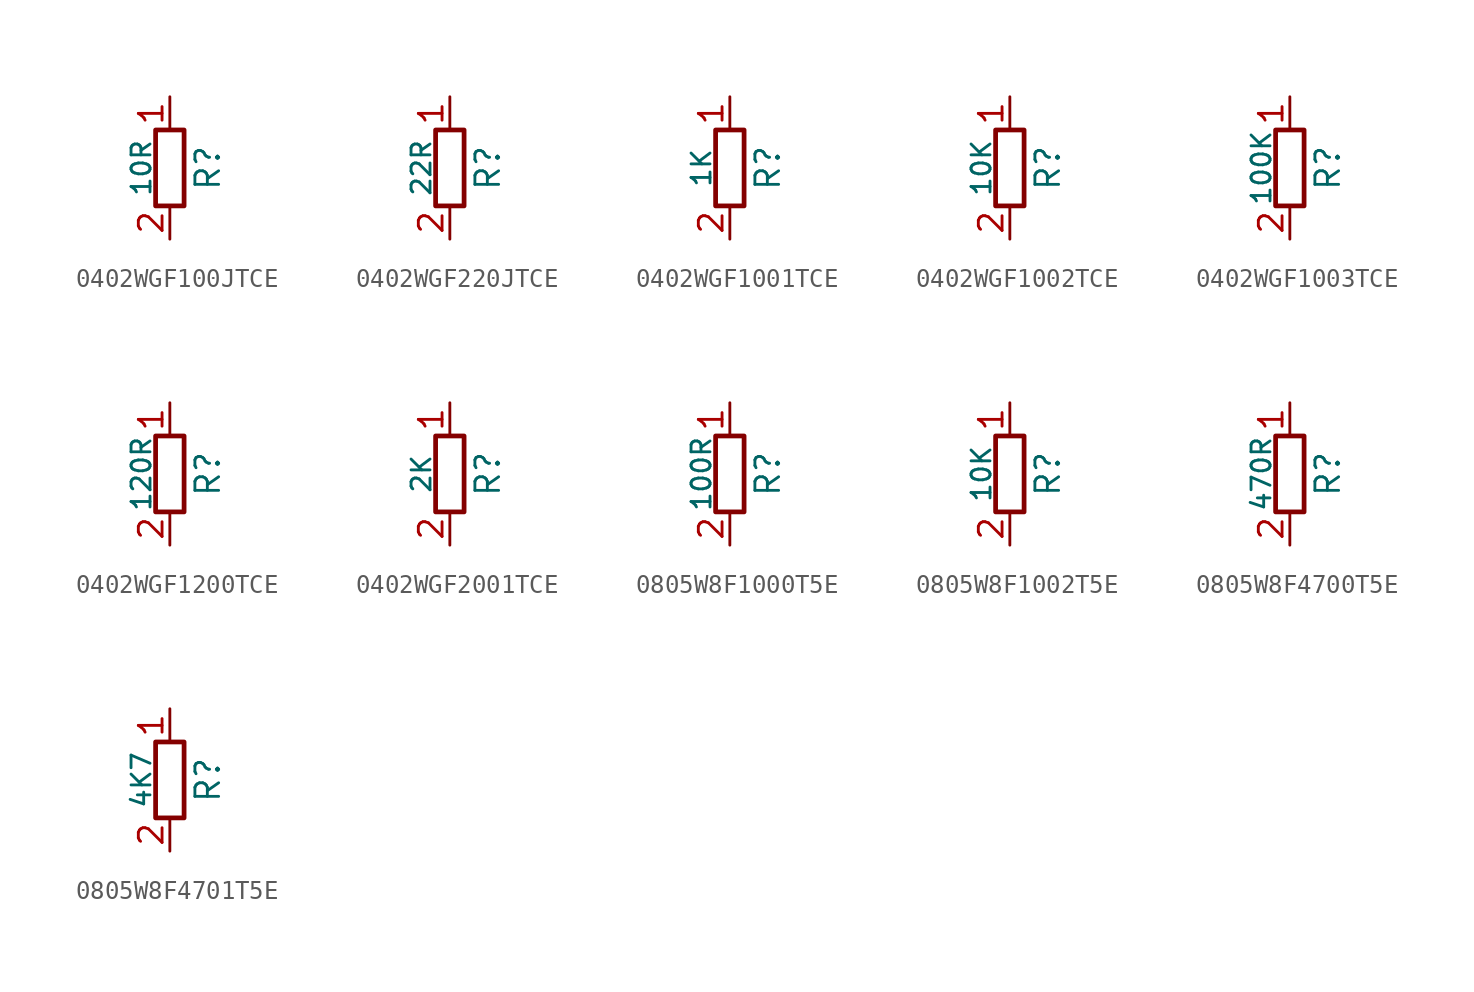
<source format=kicad_sym>
(kicad_symbol_lib
  (version 20211014)
  (generator None)
  (symbol "0402WGF100JTCE"
    (pin_names
      (offset 0))
    (property "Reference" "R"
      (at 2.032 0 90)
      (effects (font (size 1.27 1.27))))
    (property "Value" "10R"
      (at -1.524 0 90)
      (effects (font (size 1.016 1.016))))
    (symbol "0402WGF100JTCE_0_1"
      (rectangle (start -0.762 2.032) (end 0.762 -2.032) (stroke (width 0.254) (type default)) (fill (type none))))
    (symbol "0402WGF100JTCE_1_1"
      (pin passive line (at 0 3.81 270) (length 1.778) (name "~" (effects (font (size 1.27 1.27)))) (number "1" (effects (font (size 1.27 1.27)))))
      (pin passive line (at 0 -3.81 90) (length 1.778) (name "~" (effects (font (size 1.27 1.27)))) (number "2" (effects (font (size 1.27 1.27)))))))
  (symbol "0402WGF220JTCE"
    (pin_names
      (offset 0))
    (property "Reference" "R"
      (at 2.032 0 90)
      (effects (font (size 1.27 1.27))))
    (property "Value" "22R"
      (at -1.524 0 90)
      (effects (font (size 1.016 1.016))))
    (symbol "0402WGF220JTCE_0_1"
      (rectangle (start -0.762 2.032) (end 0.762 -2.032) (stroke (width 0.254) (type default)) (fill (type none))))
    (symbol "0402WGF220JTCE_1_1"
      (pin passive line (at 0 3.81 270) (length 1.778) (name "~" (effects (font (size 1.27 1.27)))) (number "1" (effects (font (size 1.27 1.27)))))
      (pin passive line (at 0 -3.81 90) (length 1.778) (name "~" (effects (font (size 1.27 1.27)))) (number "2" (effects (font (size 1.27 1.27)))))))
  (symbol "0402WGF1001TCE"
    (pin_names
      (offset 0))
    (property "Reference" "R"
      (at 2.032 0 90)
      (effects (font (size 1.27 1.27))))
    (property "Value" "1K"
      (at -1.524 0 90)
      (effects (font (size 1.016 1.016))))
    (symbol "0402WGF1001TCE_0_1"
      (rectangle (start -0.762 2.032) (end 0.762 -2.032) (stroke (width 0.254) (type default)) (fill (type none))))
    (symbol "0402WGF1001TCE_1_1"
      (pin passive line (at 0 3.81 270) (length 1.778) (name "~" (effects (font (size 1.27 1.27)))) (number "1" (effects (font (size 1.27 1.27)))))
      (pin passive line (at 0 -3.81 90) (length 1.778) (name "~" (effects (font (size 1.27 1.27)))) (number "2" (effects (font (size 1.27 1.27)))))))
  (symbol "0402WGF1002TCE"
    (pin_names
      (offset 0))
    (property "Reference" "R"
      (at 2.032 0 90)
      (effects (font (size 1.27 1.27))))
    (property "Value" "10K"
      (at -1.524 0 90)
      (effects (font (size 1.016 1.016))))
    (symbol "0402WGF1002TCE_0_1"
      (rectangle (start -0.762 2.032) (end 0.762 -2.032) (stroke (width 0.254) (type default)) (fill (type none))))
    (symbol "0402WGF1002TCE_1_1"
      (pin passive line (at 0 3.81 270) (length 1.778) (name "~" (effects (font (size 1.27 1.27)))) (number "1" (effects (font (size 1.27 1.27)))))
      (pin passive line (at 0 -3.81 90) (length 1.778) (name "~" (effects (font (size 1.27 1.27)))) (number "2" (effects (font (size 1.27 1.27)))))))
  (symbol "0402WGF1003TCE"
    (pin_names
      (offset 0))
    (property "Reference" "R"
      (at 2.032 0 90)
      (effects (font (size 1.27 1.27))))
    (property "Value" "100K"
      (at -1.524 0 90)
      (effects (font (size 1.016 1.016))))
    (symbol "0402WGF1003TCE_0_1"
      (rectangle (start -0.762 2.032) (end 0.762 -2.032) (stroke (width 0.254) (type default)) (fill (type none))))
    (symbol "0402WGF1003TCE_1_1"
      (pin passive line (at 0 3.81 270) (length 1.778) (name "~" (effects (font (size 1.27 1.27)))) (number "1" (effects (font (size 1.27 1.27)))))
      (pin passive line (at 0 -3.81 90) (length 1.778) (name "~" (effects (font (size 1.27 1.27)))) (number "2" (effects (font (size 1.27 1.27)))))))
  (symbol "0402WGF1200TCE"
    (pin_names
      (offset 0))
    (property "Reference" "R"
      (at 2.032 0 90)
      (effects (font (size 1.27 1.27))))
    (property "Value" "120R"
      (at -1.524 0 90)
      (effects (font (size 1.016 1.016))))
    (symbol "0402WGF1200TCE_0_1"
      (rectangle (start -0.762 2.032) (end 0.762 -2.032) (stroke (width 0.254) (type default)) (fill (type none))))
    (symbol "0402WGF1200TCE_1_1"
      (pin passive line (at 0 3.81 270) (length 1.778) (name "~" (effects (font (size 1.27 1.27)))) (number "1" (effects (font (size 1.27 1.27)))))
      (pin passive line (at 0 -3.81 90) (length 1.778) (name "~" (effects (font (size 1.27 1.27)))) (number "2" (effects (font (size 1.27 1.27)))))))
  (symbol "0402WGF2001TCE"
    (pin_names
      (offset 0))
    (property "Reference" "R"
      (at 2.032 0 90)
      (effects (font (size 1.27 1.27))))
    (property "Value" "2K"
      (at -1.524 0 90)
      (effects (font (size 1.016 1.016))))
    (symbol "0402WGF2001TCE_0_1"
      (rectangle (start -0.762 2.032) (end 0.762 -2.032) (stroke (width 0.254) (type default)) (fill (type none))))
    (symbol "0402WGF2001TCE_1_1"
      (pin passive line (at 0 3.81 270) (length 1.778) (name "~" (effects (font (size 1.27 1.27)))) (number "1" (effects (font (size 1.27 1.27)))))
      (pin passive line (at 0 -3.81 90) (length 1.778) (name "~" (effects (font (size 1.27 1.27)))) (number "2" (effects (font (size 1.27 1.27)))))))
  (symbol "0805W8F1000T5E"
    (pin_names
      (offset 0))
    (property "Reference" "R"
      (at 2.032 0 90)
      (effects (font (size 1.27 1.27))))
    (property "Value" "100R"
      (at -1.524 0 90)
      (effects (font (size 1.016 1.016))))
    (symbol "0805W8F1000T5E_0_1"
      (rectangle (start -0.762 2.032) (end 0.762 -2.032) (stroke (width 0.254) (type default)) (fill (type none))))
    (symbol "0805W8F1000T5E_1_1"
      (pin passive line (at 0 3.81 270) (length 1.778) (name "~" (effects (font (size 1.27 1.27)))) (number "1" (effects (font (size 1.27 1.27)))))
      (pin passive line (at 0 -3.81 90) (length 1.778) (name "~" (effects (font (size 1.27 1.27)))) (number "2" (effects (font (size 1.27 1.27)))))))
  (symbol "0805W8F1002T5E"
    (pin_names
      (offset 0))
    (property "Reference" "R"
      (at 2.032 0 90)
      (effects (font (size 1.27 1.27))))
    (property "Value" "10K"
      (at -1.524 0 90)
      (effects (font (size 1.016 1.016))))
    (symbol "0805W8F1002T5E_0_1"
      (rectangle (start -0.762 2.032) (end 0.762 -2.032) (stroke (width 0.254) (type default)) (fill (type none))))
    (symbol "0805W8F1002T5E_1_1"
      (pin passive line (at 0 3.81 270) (length 1.778) (name "~" (effects (font (size 1.27 1.27)))) (number "1" (effects (font (size 1.27 1.27)))))
      (pin passive line (at 0 -3.81 90) (length 1.778) (name "~" (effects (font (size 1.27 1.27)))) (number "2" (effects (font (size 1.27 1.27)))))))
  (symbol "0805W8F4700T5E"
    (pin_names
      (offset 0))
    (property "Reference" "R"
      (at 2.032 0 90)
      (effects (font (size 1.27 1.27))))
    (property "Value" "470R"
      (at -1.524 0 90)
      (effects (font (size 1.016 1.016))))
    (symbol "0805W8F4700T5E_0_1"
      (rectangle (start -0.762 2.032) (end 0.762 -2.032) (stroke (width 0.254) (type default)) (fill (type none))))
    (symbol "0805W8F4700T5E_1_1"
      (pin passive line (at 0 3.81 270) (length 1.778) (name "~" (effects (font (size 1.27 1.27)))) (number "1" (effects (font (size 1.27 1.27)))))
      (pin passive line (at 0 -3.81 90) (length 1.778) (name "~" (effects (font (size 1.27 1.27)))) (number "2" (effects (font (size 1.27 1.27)))))))
  (symbol "0805W8F4701T5E"
    (pin_names
      (offset 0))
    (property "Reference" "R"
      (at 2.032 0 90)
      (effects (font (size 1.27 1.27))))
    (property "Value" "4K7"
      (at -1.524 0 90)
      (effects (font (size 1.016 1.016))))
    (symbol "0805W8F4701T5E_0_1"
      (rectangle (start -0.762 2.032) (end 0.762 -2.032) (stroke (width 0.254) (type default)) (fill (type none))))
    (symbol "0805W8F4701T5E_1_1"
      (pin passive line (at 0 3.81 270) (length 1.778) (name "~" (effects (font (size 1.27 1.27)))) (number "1" (effects (font (size 1.27 1.27)))))
      (pin passive line (at 0 -3.81 90) (length 1.778) (name "~" (effects (font (size 1.27 1.27)))) (number "2" (effects (font (size 1.27 1.27))))))))
</source>
